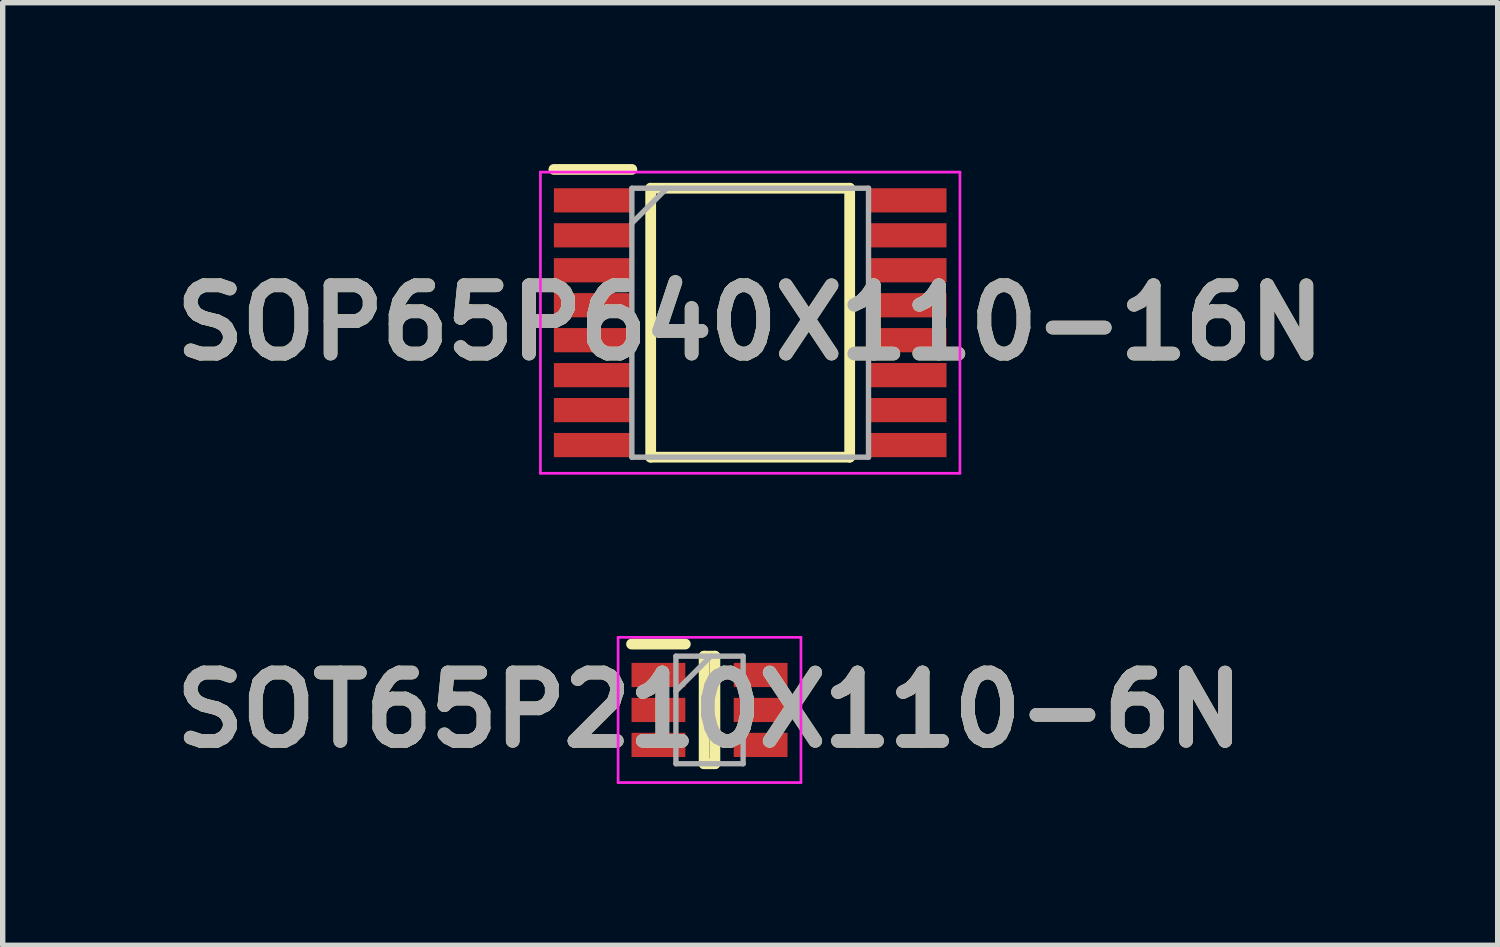
<source format=kicad_pcb>
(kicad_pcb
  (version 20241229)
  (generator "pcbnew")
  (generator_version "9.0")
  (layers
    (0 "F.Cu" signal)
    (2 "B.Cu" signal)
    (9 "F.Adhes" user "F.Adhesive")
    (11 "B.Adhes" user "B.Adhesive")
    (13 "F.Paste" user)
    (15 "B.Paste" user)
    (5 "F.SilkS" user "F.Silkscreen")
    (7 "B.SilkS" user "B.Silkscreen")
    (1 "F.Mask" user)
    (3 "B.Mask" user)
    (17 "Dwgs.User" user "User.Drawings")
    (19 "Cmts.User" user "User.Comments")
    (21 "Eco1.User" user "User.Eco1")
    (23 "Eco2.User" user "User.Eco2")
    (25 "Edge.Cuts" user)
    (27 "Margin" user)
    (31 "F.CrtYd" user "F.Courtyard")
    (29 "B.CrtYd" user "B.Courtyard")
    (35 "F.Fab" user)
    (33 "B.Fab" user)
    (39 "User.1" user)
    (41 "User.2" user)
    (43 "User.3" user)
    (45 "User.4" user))
  (footprint "SOT65P210X110-6N"
    (layer "F.Cu")
    (at 10.142 10.15)
    (property "Reference" "SOT65P210X110-6N" (at 0 0 0) (layer "F.SilkS") (effects (font (size 1.27 1.27) (thickness 0.254))))
    (attr smd)
    (fp_line (start -1.45 -1.225) (end -0.45 -1.225) (stroke (width 0.2) (type solid)) (layer "F.SilkS"))
    (fp_line (start -0.1 -1) (end 0.1 -1) (stroke (width 0.2) (type solid)) (layer "F.SilkS"))
    (fp_line (start -0.1 1) (end -0.1 -1) (stroke (width 0.2) (type solid)) (layer "F.SilkS"))
    (fp_line (start 0.1 -1) (end 0.1 1) (stroke (width 0.2) (type solid)) (layer "F.SilkS"))
    (fp_line (start 0.1 1) (end -0.1 1) (stroke (width 0.2) (type solid)) (layer "F.SilkS"))
    (fp_line (start -1.7 -1.35) (end 1.7 -1.35) (stroke (width 0.05) (type solid)) (layer "F.CrtYd"))
    (fp_line (start -1.7 1.35) (end -1.7 -1.35) (stroke (width 0.05) (type solid)) (layer "F.CrtYd"))
    (fp_line (start 1.7 -1.35) (end 1.7 1.35) (stroke (width 0.05) (type solid)) (layer "F.CrtYd"))
    (fp_line (start 1.7 1.35) (end -1.7 1.35) (stroke (width 0.05) (type solid)) (layer "F.CrtYd"))
    (fp_line (start -0.625 -1) (end 0.625 -1) (stroke (width 0.1) (type solid)) (layer "F.Fab"))
    (fp_line (start -0.625 -0.35) (end 0.025 -1) (stroke (width 0.1) (type solid)) (layer "F.Fab"))
    (fp_line (start -0.625 1) (end -0.625 -1) (stroke (width 0.1) (type solid)) (layer "F.Fab"))
    (fp_line (start 0.625 -1) (end 0.625 1) (stroke (width 0.1) (type solid)) (layer "F.Fab"))
    (fp_line (start 0.625 1) (end -0.625 1) (stroke (width 0.1) (type solid)) (layer "F.Fab"))
    (fp_text user "${REFERENCE}" (at 0 0 0) (layer "F.Fab") (effects (font (size 1.27 1.27) (thickness 0.254))))
    (pad "1" smd rect (at -0.95 -0.65 90) (size 0.45 1) (layers "F.Cu" "F.Mask" "F.Paste"))
    (pad "2" smd rect (at -0.95 0 90) (size 0.45 1) (layers "F.Cu" "F.Mask" "F.Paste"))
    (pad "3" smd rect (at -0.95 0.65 90) (size 0.45 1) (layers "F.Cu" "F.Mask" "F.Paste"))
    (pad "4" smd rect (at 0.95 0.65 90) (size 0.45 1) (layers "F.Cu" "F.Mask" "F.Paste"))
    (pad "5" smd rect (at 0.95 0 90) (size 0.45 1) (layers "F.Cu" "F.Mask" "F.Paste"))
    (pad "6" smd rect (at 0.95 -0.65 90) (size 0.45 1) (layers "F.Cu" "F.Mask" "F.Paste")))
  (footprint "SOP65P640X110-16N"
    (layer "F.Cu")
    (at 10.898 2.95)
    (property "Reference" "SOP65P640X110-16N" (at 0 0 0) (layer "F.SilkS") (effects (font (size 1.27 1.27) (thickness 0.254))))
    (attr smd)
    (fp_line (start -3.65 -2.85) (end -2.2 -2.85) (stroke (width 0.2) (type solid)) (layer "F.SilkS"))
    (fp_line (start -1.85 -2.5) (end 1.85 -2.5) (stroke (width 0.2) (type solid)) (layer "F.SilkS"))
    (fp_line (start -1.85 2.5) (end -1.85 -2.5) (stroke (width 0.2) (type solid)) (layer "F.SilkS"))
    (fp_line (start 1.85 -2.5) (end 1.85 2.5) (stroke (width 0.2) (type solid)) (layer "F.SilkS"))
    (fp_line (start 1.85 2.5) (end -1.85 2.5) (stroke (width 0.2) (type solid)) (layer "F.SilkS"))
    (fp_line (start -3.9 -2.8) (end 3.9 -2.8) (stroke (width 0.05) (type solid)) (layer "F.CrtYd"))
    (fp_line (start -3.9 2.8) (end -3.9 -2.8) (stroke (width 0.05) (type solid)) (layer "F.CrtYd"))
    (fp_line (start 3.9 -2.8) (end 3.9 2.8) (stroke (width 0.05) (type solid)) (layer "F.CrtYd"))
    (fp_line (start 3.9 2.8) (end -3.9 2.8) (stroke (width 0.05) (type solid)) (layer "F.CrtYd"))
    (fp_line (start -2.2 -2.5) (end 2.2 -2.5) (stroke (width 0.1) (type solid)) (layer "F.Fab"))
    (fp_line (start -2.2 -1.85) (end -1.55 -2.5) (stroke (width 0.1) (type solid)) (layer "F.Fab"))
    (fp_line (start -2.2 2.5) (end -2.2 -2.5) (stroke (width 0.1) (type solid)) (layer "F.Fab"))
    (fp_line (start 2.2 -2.5) (end 2.2 2.5) (stroke (width 0.1) (type solid)) (layer "F.Fab"))
    (fp_line (start 2.2 2.5) (end -2.2 2.5) (stroke (width 0.1) (type solid)) (layer "F.Fab"))
    (fp_text user "${REFERENCE}" (at 0 0 0) (layer "F.Fab") (effects (font (size 1.27 1.27) (thickness 0.254))))
    (pad "1" smd rect (at -2.925 -2.275 90) (size 0.45 1.45) (layers "F.Cu" "F.Mask" "F.Paste"))
    (pad "2" smd rect (at -2.925 -1.625 90) (size 0.45 1.45) (layers "F.Cu" "F.Mask" "F.Paste"))
    (pad "3" smd rect (at -2.925 -0.975 90) (size 0.45 1.45) (layers "F.Cu" "F.Mask" "F.Paste"))
    (pad "4" smd rect (at -2.925 -0.325 90) (size 0.45 1.45) (layers "F.Cu" "F.Mask" "F.Paste"))
    (pad "5" smd rect (at -2.925 0.325 90) (size 0.45 1.45) (layers "F.Cu" "F.Mask" "F.Paste"))
    (pad "6" smd rect (at -2.925 0.975 90) (size 0.45 1.45) (layers "F.Cu" "F.Mask" "F.Paste"))
    (pad "7" smd rect (at -2.925 1.625 90) (size 0.45 1.45) (layers "F.Cu" "F.Mask" "F.Paste"))
    (pad "8" smd rect (at -2.925 2.275 90) (size 0.45 1.45) (layers "F.Cu" "F.Mask" "F.Paste"))
    (pad "9" smd rect (at 2.925 2.275 90) (size 0.45 1.45) (layers "F.Cu" "F.Mask" "F.Paste"))
    (pad "10" smd rect (at 2.925 1.625 90) (size 0.45 1.45) (layers "F.Cu" "F.Mask" "F.Paste"))
    (pad "11" smd rect (at 2.925 0.975 90) (size 0.45 1.45) (layers "F.Cu" "F.Mask" "F.Paste"))
    (pad "12" smd rect (at 2.925 0.325 90) (size 0.45 1.45) (layers "F.Cu" "F.Mask" "F.Paste"))
    (pad "13" smd rect (at 2.925 -0.325 90) (size 0.45 1.45) (layers "F.Cu" "F.Mask" "F.Paste"))
    (pad "14" smd rect (at 2.925 -0.975 90) (size 0.45 1.45) (layers "F.Cu" "F.Mask" "F.Paste"))
    (pad "15" smd rect (at 2.925 -1.625 90) (size 0.45 1.45) (layers "F.Cu" "F.Mask" "F.Paste"))
    (pad "16" smd rect (at 2.925 -2.275 90) (size 0.45 1.45) (layers "F.Cu" "F.Mask" "F.Paste")))
  (gr_rect
    (start -3 -3)
    (end 24.796 14.525)
    (stroke (width 0.1) (type default))
    (fill no)
    (layer "Edge.Cuts")))
</source>
